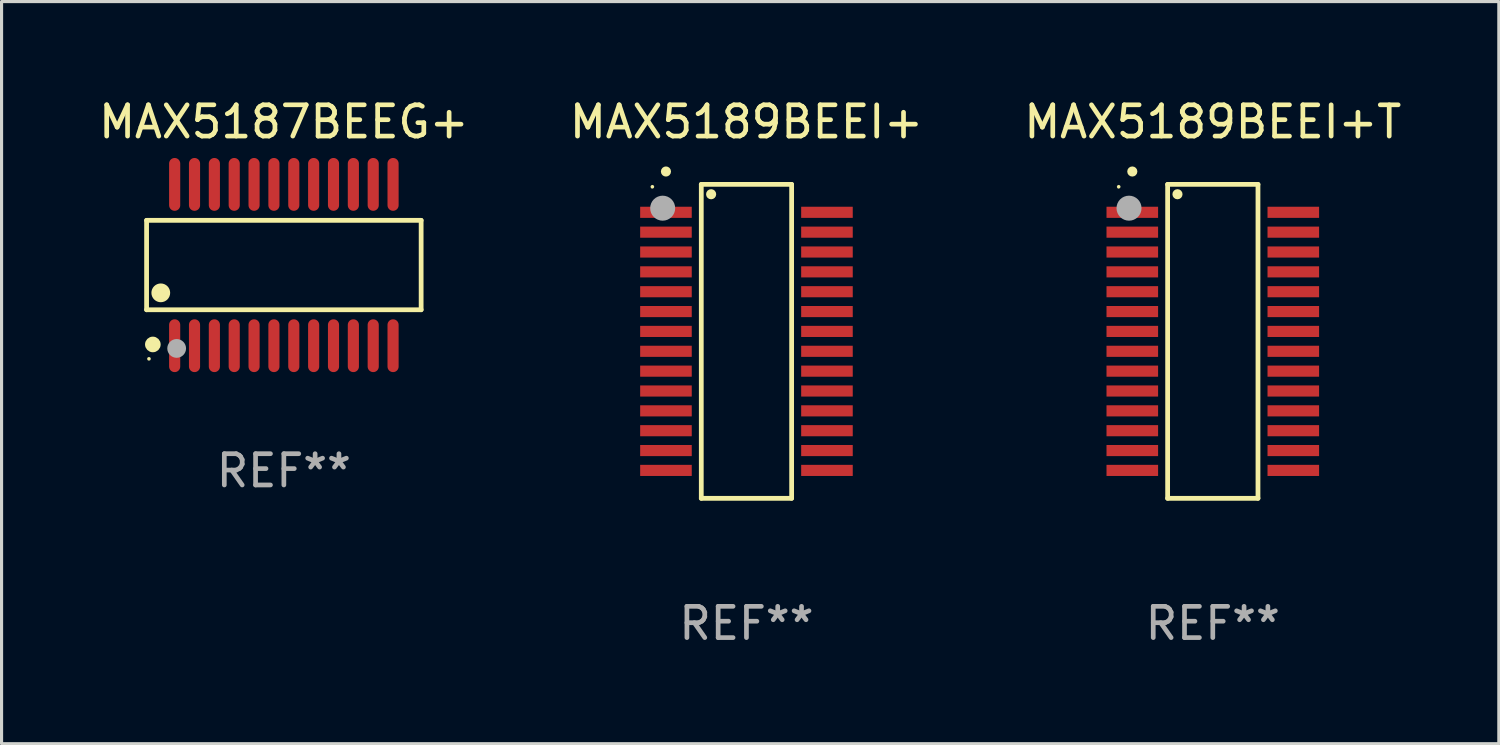
<source format=kicad_pcb>
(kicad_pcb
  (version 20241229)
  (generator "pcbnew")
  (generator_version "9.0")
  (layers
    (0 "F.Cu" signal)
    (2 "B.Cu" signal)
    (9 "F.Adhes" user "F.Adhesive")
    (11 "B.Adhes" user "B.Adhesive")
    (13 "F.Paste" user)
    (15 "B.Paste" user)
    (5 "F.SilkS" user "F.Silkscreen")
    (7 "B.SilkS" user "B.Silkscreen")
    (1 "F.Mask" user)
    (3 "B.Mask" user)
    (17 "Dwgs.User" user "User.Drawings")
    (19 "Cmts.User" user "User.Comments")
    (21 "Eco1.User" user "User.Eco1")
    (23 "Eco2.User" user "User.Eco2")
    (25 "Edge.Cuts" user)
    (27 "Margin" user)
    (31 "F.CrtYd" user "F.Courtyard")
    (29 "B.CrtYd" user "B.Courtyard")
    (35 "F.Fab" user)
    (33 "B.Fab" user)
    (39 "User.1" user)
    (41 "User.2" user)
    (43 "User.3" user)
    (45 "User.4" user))
  (footprint "MAX5189BEEI+"
    (layer "F.Cu")
    (at 20.827 7.869)
    (property "Reference" "MAX5189BEEI+" (at 0 -7.021 0) (layer "F.SilkS") (effects (font (size 1 1) (thickness 0.15))))
    (attr through_hole)
    (fp_line (start -1.445 -5.021) (end 1.445 -5.021) (stroke (width 0.152) (type solid)) (layer "F.SilkS"))
    (fp_line (start -1.445 5.021) (end -1.445 -5.021) (stroke (width 0.152) (type solid)) (layer "F.SilkS"))
    (fp_line (start 1.445 -5.021) (end 1.445 5.021) (stroke (width 0.152) (type solid)) (layer "F.SilkS"))
    (fp_line (start 1.445 5.021) (end -1.445 5.021) (stroke (width 0.152) (type solid)) (layer "F.SilkS"))
    (fp_circle (center -3.01 -4.945) (end -2.98 -4.945) (stroke (width 0.06) (type solid)) (fill no) (layer "F.SilkS"))
    (fp_circle (center -2.575 -5.433) (end -2.494 -5.433) (stroke (width 0.162) (type solid)) (fill no) (layer "F.SilkS"))
    (fp_circle (center -1.13 -4.706) (end -1.049 -4.706) (stroke (width 0.162) (type solid)) (fill no) (layer "F.SilkS"))
    (fp_circle (center -2.68 -4.26) (end -2.48 -4.26) (stroke (width 0.4) (type solid)) (fill no) (layer "F.Fab"))
    (fp_text user "REF**" (at 0 9.021 0) (layer "F.Fab") (effects (font (size 1 1) (thickness 0.15))))
    (pad "1" smd rect (at -2.575 -4.128) (size 1.65 0.356) (layers "F.Cu" "F.Mask" "F.Paste"))
    (pad "2" smd rect (at -2.575 -3.493) (size 1.65 0.356) (layers "F.Cu" "F.Mask" "F.Paste"))
    (pad "3" smd rect (at -2.575 -2.858) (size 1.65 0.356) (layers "F.Cu" "F.Mask" "F.Paste"))
    (pad "4" smd rect (at -2.575 -2.223) (size 1.65 0.356) (layers "F.Cu" "F.Mask" "F.Paste"))
    (pad "5" smd rect (at -2.575 -1.588) (size 1.65 0.356) (layers "F.Cu" "F.Mask" "F.Paste"))
    (pad "6" smd rect (at -2.575 -0.953) (size 1.65 0.356) (layers "F.Cu" "F.Mask" "F.Paste"))
    (pad "7" smd rect (at -2.575 -0.318) (size 1.65 0.356) (layers "F.Cu" "F.Mask" "F.Paste"))
    (pad "8" smd rect (at -2.575 0.318) (size 1.65 0.356) (layers "F.Cu" "F.Mask" "F.Paste"))
    (pad "9" smd rect (at -2.575 0.953) (size 1.65 0.356) (layers "F.Cu" "F.Mask" "F.Paste"))
    (pad "10" smd rect (at -2.575 1.588) (size 1.65 0.356) (layers "F.Cu" "F.Mask" "F.Paste"))
    (pad "11" smd rect (at -2.575 2.223) (size 1.65 0.356) (layers "F.Cu" "F.Mask" "F.Paste"))
    (pad "12" smd rect (at -2.575 2.858) (size 1.65 0.356) (layers "F.Cu" "F.Mask" "F.Paste"))
    (pad "13" smd rect (at -2.575 3.493) (size 1.65 0.356) (layers "F.Cu" "F.Mask" "F.Paste"))
    (pad "14" smd rect (at -2.575 4.128) (size 1.65 0.356) (layers "F.Cu" "F.Mask" "F.Paste"))
    (pad "15" smd rect (at 2.575 4.128) (size 1.65 0.356) (layers "F.Cu" "F.Mask" "F.Paste"))
    (pad "16" smd rect (at 2.575 3.493) (size 1.65 0.356) (layers "F.Cu" "F.Mask" "F.Paste"))
    (pad "17" smd rect (at 2.575 2.858) (size 1.65 0.356) (layers "F.Cu" "F.Mask" "F.Paste"))
    (pad "18" smd rect (at 2.575 2.223) (size 1.65 0.356) (layers "F.Cu" "F.Mask" "F.Paste"))
    (pad "19" smd rect (at 2.575 1.588) (size 1.65 0.356) (layers "F.Cu" "F.Mask" "F.Paste"))
    (pad "20" smd rect (at 2.575 0.953) (size 1.65 0.356) (layers "F.Cu" "F.Mask" "F.Paste"))
    (pad "21" smd rect (at 2.575 0.318) (size 1.65 0.356) (layers "F.Cu" "F.Mask" "F.Paste"))
    (pad "22" smd rect (at 2.575 -0.318) (size 1.65 0.356) (layers "F.Cu" "F.Mask" "F.Paste"))
    (pad "23" smd rect (at 2.575 -0.953) (size 1.65 0.356) (layers "F.Cu" "F.Mask" "F.Paste"))
    (pad "24" smd rect (at 2.575 -1.588) (size 1.65 0.356) (layers "F.Cu" "F.Mask" "F.Paste"))
    (pad "25" smd rect (at 2.575 -2.223) (size 1.65 0.356) (layers "F.Cu" "F.Mask" "F.Paste"))
    (pad "26" smd rect (at 2.575 -2.858) (size 1.65 0.356) (layers "F.Cu" "F.Mask" "F.Paste"))
    (pad "27" smd rect (at 2.575 -3.493) (size 1.65 0.356) (layers "F.Cu" "F.Mask" "F.Paste"))
    (pad "28" smd rect (at 2.575 -4.128) (size 1.65 0.356) (layers "F.Cu" "F.Mask" "F.Paste")))
  (footprint "MAX5187BEEG+"
    (layer "F.Cu")
    (at 6.03 5.428)
    (property "Reference" "MAX5187BEEG+" (at 0 -4.58 0) (layer "F.SilkS") (effects (font (size 1 1) (thickness 0.15))))
    (attr through_hole)
    (fp_line (start -4.391 -1.43) (end 4.391 -1.43) (stroke (width 0.152) (type solid)) (layer "F.SilkS"))
    (fp_line (start -4.391 1.43) (end -4.391 -1.43) (stroke (width 0.152) (type solid)) (layer "F.SilkS"))
    (fp_line (start 4.391 -1.43) (end 4.391 1.43) (stroke (width 0.152) (type solid)) (layer "F.SilkS"))
    (fp_line (start 4.391 1.43) (end -4.391 1.43) (stroke (width 0.152) (type solid)) (layer "F.SilkS"))
    (fp_circle (center -4.315 3) (end -4.285 3) (stroke (width 0.06) (type solid)) (fill no) (layer "F.SilkS"))
    (fp_circle (center -4.191 2.54) (end -4.066 2.54) (stroke (width 0.25) (type solid)) (fill no) (layer "F.SilkS"))
    (fp_circle (center -3.937 0.889) (end -3.787 0.889) (stroke (width 0.3) (type solid)) (fill no) (layer "F.SilkS"))
    (fp_circle (center -3.429 2.667) (end -3.279 2.667) (stroke (width 0.3) (type solid)) (fill no) (layer "F.Fab"))
    (fp_text user "REF**" (at 0 6.58 0) (layer "F.Fab") (effects (font (size 1 1) (thickness 0.15))))
    (pad "1" smd oval (at -3.493 2.58) (size 0.356 1.69) (layers "F.Cu" "F.Mask" "F.Paste"))
    (pad "2" smd oval (at -2.858 2.58) (size 0.356 1.69) (layers "F.Cu" "F.Mask" "F.Paste"))
    (pad "3" smd oval (at -2.223 2.58) (size 0.356 1.69) (layers "F.Cu" "F.Mask" "F.Paste"))
    (pad "4" smd oval (at -1.588 2.58) (size 0.356 1.69) (layers "F.Cu" "F.Mask" "F.Paste"))
    (pad "5" smd oval (at -0.953 2.58) (size 0.356 1.69) (layers "F.Cu" "F.Mask" "F.Paste"))
    (pad "6" smd oval (at -0.318 2.58) (size 0.356 1.69) (layers "F.Cu" "F.Mask" "F.Paste"))
    (pad "7" smd oval (at 0.318 2.58) (size 0.356 1.69) (layers "F.Cu" "F.Mask" "F.Paste"))
    (pad "8" smd oval (at 0.953 2.58) (size 0.356 1.69) (layers "F.Cu" "F.Mask" "F.Paste"))
    (pad "9" smd oval (at 1.588 2.58) (size 0.356 1.69) (layers "F.Cu" "F.Mask" "F.Paste"))
    (pad "10" smd oval (at 2.223 2.58) (size 0.356 1.69) (layers "F.Cu" "F.Mask" "F.Paste"))
    (pad "11" smd oval (at 2.858 2.58) (size 0.356 1.69) (layers "F.Cu" "F.Mask" "F.Paste"))
    (pad "12" smd oval (at 3.493 2.58) (size 0.356 1.69) (layers "F.Cu" "F.Mask" "F.Paste"))
    (pad "13" smd oval (at 3.493 -2.58) (size 0.356 1.69) (layers "F.Cu" "F.Mask" "F.Paste"))
    (pad "14" smd oval (at 2.858 -2.58) (size 0.356 1.69) (layers "F.Cu" "F.Mask" "F.Paste"))
    (pad "15" smd oval (at 2.223 -2.58) (size 0.356 1.69) (layers "F.Cu" "F.Mask" "F.Paste"))
    (pad "16" smd oval (at 1.588 -2.58) (size 0.356 1.69) (layers "F.Cu" "F.Mask" "F.Paste"))
    (pad "17" smd oval (at 0.953 -2.58) (size 0.356 1.69) (layers "F.Cu" "F.Mask" "F.Paste"))
    (pad "18" smd oval (at 0.318 -2.58) (size 0.356 1.69) (layers "F.Cu" "F.Mask" "F.Paste"))
    (pad "19" smd oval (at -0.318 -2.58) (size 0.356 1.69) (layers "F.Cu" "F.Mask" "F.Paste"))
    (pad "20" smd oval (at -0.953 -2.58) (size 0.356 1.69) (layers "F.Cu" "F.Mask" "F.Paste"))
    (pad "21" smd oval (at -1.588 -2.58) (size 0.356 1.69) (layers "F.Cu" "F.Mask" "F.Paste"))
    (pad "22" smd oval (at -2.223 -2.58) (size 0.356 1.69) (layers "F.Cu" "F.Mask" "F.Paste"))
    (pad "23" smd oval (at -2.858 -2.58) (size 0.356 1.69) (layers "F.Cu" "F.Mask" "F.Paste"))
    (pad "24" smd oval (at -3.493 -2.58) (size 0.356 1.69) (layers "F.Cu" "F.Mask" "F.Paste")))
  (footprint "MAX5189BEEI+T"
    (layer "F.Cu")
    (at 35.744 7.869)
    (property "Reference" "MAX5189BEEI+T" (at 0 -7.021 0) (layer "F.SilkS") (effects (font (size 1 1) (thickness 0.15))))
    (attr through_hole)
    (fp_line (start -1.445 -5.021) (end 1.445 -5.021) (stroke (width 0.152) (type solid)) (layer "F.SilkS"))
    (fp_line (start -1.445 5.021) (end -1.445 -5.021) (stroke (width 0.152) (type solid)) (layer "F.SilkS"))
    (fp_line (start 1.445 -5.021) (end 1.445 5.021) (stroke (width 0.152) (type solid)) (layer "F.SilkS"))
    (fp_line (start 1.445 5.021) (end -1.445 5.021) (stroke (width 0.152) (type solid)) (layer "F.SilkS"))
    (fp_circle (center -3.01 -4.945) (end -2.98 -4.945) (stroke (width 0.06) (type solid)) (fill no) (layer "F.SilkS"))
    (fp_circle (center -2.575 -5.433) (end -2.494 -5.433) (stroke (width 0.162) (type solid)) (fill no) (layer "F.SilkS"))
    (fp_circle (center -1.13 -4.706) (end -1.049 -4.706) (stroke (width 0.162) (type solid)) (fill no) (layer "F.SilkS"))
    (fp_circle (center -2.68 -4.26) (end -2.48 -4.26) (stroke (width 0.4) (type solid)) (fill no) (layer "F.Fab"))
    (fp_text user "REF**" (at 0 9.021 0) (layer "F.Fab") (effects (font (size 1 1) (thickness 0.15))))
    (pad "1" smd rect (at -2.575 -4.128) (size 1.65 0.356) (layers "F.Cu" "F.Mask" "F.Paste"))
    (pad "2" smd rect (at -2.575 -3.493) (size 1.65 0.356) (layers "F.Cu" "F.Mask" "F.Paste"))
    (pad "3" smd rect (at -2.575 -2.858) (size 1.65 0.356) (layers "F.Cu" "F.Mask" "F.Paste"))
    (pad "4" smd rect (at -2.575 -2.223) (size 1.65 0.356) (layers "F.Cu" "F.Mask" "F.Paste"))
    (pad "5" smd rect (at -2.575 -1.588) (size 1.65 0.356) (layers "F.Cu" "F.Mask" "F.Paste"))
    (pad "6" smd rect (at -2.575 -0.953) (size 1.65 0.356) (layers "F.Cu" "F.Mask" "F.Paste"))
    (pad "7" smd rect (at -2.575 -0.318) (size 1.65 0.356) (layers "F.Cu" "F.Mask" "F.Paste"))
    (pad "8" smd rect (at -2.575 0.318) (size 1.65 0.356) (layers "F.Cu" "F.Mask" "F.Paste"))
    (pad "9" smd rect (at -2.575 0.953) (size 1.65 0.356) (layers "F.Cu" "F.Mask" "F.Paste"))
    (pad "10" smd rect (at -2.575 1.588) (size 1.65 0.356) (layers "F.Cu" "F.Mask" "F.Paste"))
    (pad "11" smd rect (at -2.575 2.223) (size 1.65 0.356) (layers "F.Cu" "F.Mask" "F.Paste"))
    (pad "12" smd rect (at -2.575 2.858) (size 1.65 0.356) (layers "F.Cu" "F.Mask" "F.Paste"))
    (pad "13" smd rect (at -2.575 3.493) (size 1.65 0.356) (layers "F.Cu" "F.Mask" "F.Paste"))
    (pad "14" smd rect (at -2.575 4.128) (size 1.65 0.356) (layers "F.Cu" "F.Mask" "F.Paste"))
    (pad "15" smd rect (at 2.575 4.128) (size 1.65 0.356) (layers "F.Cu" "F.Mask" "F.Paste"))
    (pad "16" smd rect (at 2.575 3.493) (size 1.65 0.356) (layers "F.Cu" "F.Mask" "F.Paste"))
    (pad "17" smd rect (at 2.575 2.858) (size 1.65 0.356) (layers "F.Cu" "F.Mask" "F.Paste"))
    (pad "18" smd rect (at 2.575 2.223) (size 1.65 0.356) (layers "F.Cu" "F.Mask" "F.Paste"))
    (pad "19" smd rect (at 2.575 1.588) (size 1.65 0.356) (layers "F.Cu" "F.Mask" "F.Paste"))
    (pad "20" smd rect (at 2.575 0.953) (size 1.65 0.356) (layers "F.Cu" "F.Mask" "F.Paste"))
    (pad "21" smd rect (at 2.575 0.318) (size 1.65 0.356) (layers "F.Cu" "F.Mask" "F.Paste"))
    (pad "22" smd rect (at 2.575 -0.318) (size 1.65 0.356) (layers "F.Cu" "F.Mask" "F.Paste"))
    (pad "23" smd rect (at 2.575 -0.953) (size 1.65 0.356) (layers "F.Cu" "F.Mask" "F.Paste"))
    (pad "24" smd rect (at 2.575 -1.588) (size 1.65 0.356) (layers "F.Cu" "F.Mask" "F.Paste"))
    (pad "25" smd rect (at 2.575 -2.223) (size 1.65 0.356) (layers "F.Cu" "F.Mask" "F.Paste"))
    (pad "26" smd rect (at 2.575 -2.858) (size 1.65 0.356) (layers "F.Cu" "F.Mask" "F.Paste"))
    (pad "27" smd rect (at 2.575 -3.493) (size 1.65 0.356) (layers "F.Cu" "F.Mask" "F.Paste"))
    (pad "28" smd rect (at 2.575 -4.128) (size 1.65 0.356) (layers "F.Cu" "F.Mask" "F.Paste")))
  (gr_rect
    (start -3 -3)
    (end 44.893 20.739)
    (stroke (width 0.1) (type default))
    (fill no)
    (layer "Edge.Cuts")))
</source>
